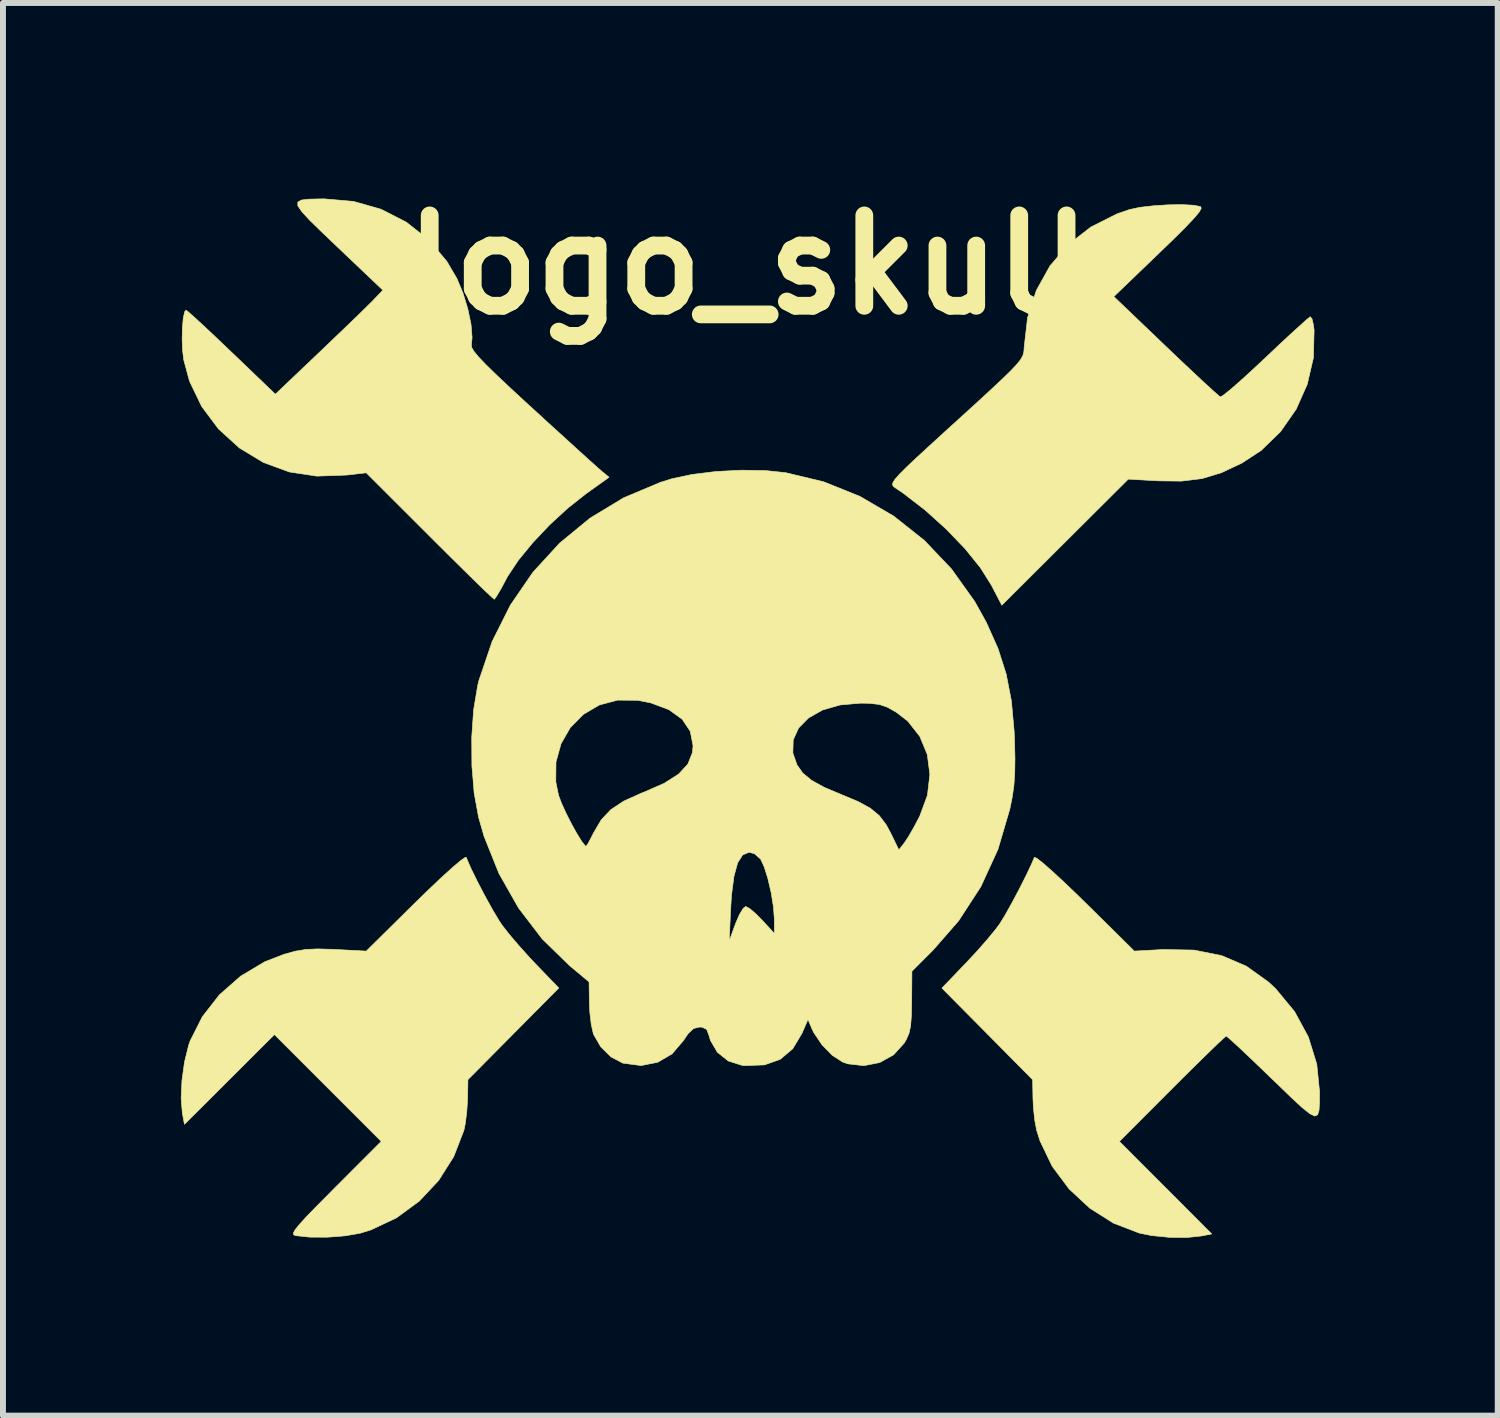
<source format=kicad_pcb>
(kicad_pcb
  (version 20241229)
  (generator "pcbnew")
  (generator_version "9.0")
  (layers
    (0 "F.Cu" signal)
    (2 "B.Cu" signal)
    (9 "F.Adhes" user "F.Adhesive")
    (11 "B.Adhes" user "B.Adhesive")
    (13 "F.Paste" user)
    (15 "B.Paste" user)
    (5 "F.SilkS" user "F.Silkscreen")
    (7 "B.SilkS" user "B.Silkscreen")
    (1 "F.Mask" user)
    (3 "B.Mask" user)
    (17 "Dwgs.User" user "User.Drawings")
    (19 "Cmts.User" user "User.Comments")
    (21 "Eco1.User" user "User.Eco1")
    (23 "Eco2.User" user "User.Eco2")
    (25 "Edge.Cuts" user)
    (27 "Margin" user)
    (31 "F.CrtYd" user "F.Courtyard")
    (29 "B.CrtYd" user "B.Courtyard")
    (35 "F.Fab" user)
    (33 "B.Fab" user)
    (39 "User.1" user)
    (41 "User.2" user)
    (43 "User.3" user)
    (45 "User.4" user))
  (footprint "logo_skull"
    (layer "F.Cu")
    (at 9.604 9.038)
    (property "Reference" "logo_skull" (at 0 -7.62 0) (layer "F.SilkS") (effects (font (size 1.524 1.524) (thickness 0.3))))
    (attr through_hole)
    (fp_poly (pts (xy -4.715 2.55) (xy -4.603 2.779) (xy -4.473 3.027) (xy -4.343 3.262) (xy -4.228 3.454) (xy -4.177 3.528) (xy -4.06 3.677) (xy -3.897 3.868) (xy -3.714 4.071) (xy -3.611 4.18) (xy -3.23 4.575) (xy -3.996 5.348) (xy -4.762 6.121) (xy -4.768 6.444) (xy -4.781 6.657) (xy -4.807 6.864) (xy -4.83 6.976) (xy -5.001 7.418) (xy -5.255 7.82) (xy -5.582 8.169) (xy -5.966 8.451) (xy -6.396 8.654) (xy -6.58 8.711) (xy -6.833 8.755) (xy -7.133 8.778) (xy -7.43 8.777) (xy -7.666 8.752) (xy -7.7 8.738) (xy -7.706 8.708) (xy -7.677 8.653) (xy -7.606 8.565) (xy -7.486 8.433) (xy -7.309 8.251) (xy -7.068 8.008) (xy -7.006 7.945) (xy -6.224 7.162) (xy -7.125 6.261) (xy -8.026 5.36) (xy -9.543 6.874) (xy -9.579 6.682) (xy -9.599 6.435) (xy -9.585 6.135) (xy -9.542 5.824) (xy -9.473 5.543) (xy -9.448 5.47) (xy -9.241 5.059) (xy -8.952 4.689) (xy -8.596 4.376) (xy -8.189 4.133) (xy -7.864 4.007) (xy -7.671 3.954) (xy -7.495 3.925) (xy -7.299 3.916) (xy -7.046 3.923) (xy -6.992 3.926) (xy -6.477 3.953) (xy -5.646 3.132) (xy -5.409 2.902) (xy -5.197 2.701) (xy -5.019 2.54) (xy -4.886 2.428) (xy -4.808 2.373) (xy -4.792 2.371) (xy -4.715 2.55)) (stroke (width 0.01) (type solid)) (fill yes) (layer "F.SilkS"))
    (fp_poly (pts (xy 4.833 2.388) (xy 4.935 2.468) (xy 5.088 2.602) (xy 5.281 2.78) (xy 5.505 2.994) (xy 5.646 3.132) (xy 6.477 3.953) (xy 6.966 3.926) (xy 7.485 3.936) (xy 7.95 4.029) (xy 8.366 4.207) (xy 8.739 4.474) (xy 8.863 4.59) (xy 9.18 4.973) (xy 9.412 5.401) (xy 9.554 5.86) (xy 9.601 6.324) (xy 9.6 6.507) (xy 9.592 6.638) (xy 9.568 6.715) (xy 9.52 6.735) (xy 9.437 6.695) (xy 9.31 6.594) (xy 9.131 6.429) (xy 8.891 6.196) (xy 8.8 6.109) (xy 8.574 5.891) (xy 8.373 5.699) (xy 8.208 5.544) (xy 8.09 5.437) (xy 8.031 5.387) (xy 8.027 5.385) (xy 7.985 5.419) (xy 7.882 5.516) (xy 7.727 5.666) (xy 7.53 5.858) (xy 7.302 6.084) (xy 7.112 6.274) (xy 6.224 7.163) (xy 7.003 7.943) (xy 7.782 8.723) (xy 7.618 8.756) (xy 7.366 8.783) (xy 7.066 8.78) (xy 6.765 8.75) (xy 6.559 8.708) (xy 6.123 8.54) (xy 5.724 8.287) (xy 5.376 7.963) (xy 5.092 7.582) (xy 4.888 7.158) (xy 4.83 6.976) (xy 4.798 6.807) (xy 4.775 6.593) (xy 4.768 6.444) (xy 4.762 6.121) (xy 3.997 5.349) (xy 3.232 4.577) (xy 3.637 4.155) (xy 3.82 3.959) (xy 3.994 3.761) (xy 4.136 3.589) (xy 4.206 3.495) (xy 4.295 3.351) (xy 4.41 3.145) (xy 4.535 2.91) (xy 4.653 2.676) (xy 4.748 2.475) (xy 4.792 2.371) (xy 4.833 2.388)) (stroke (width 0.01) (type solid)) (fill yes) (layer "F.SilkS"))
    (fp_poly (pts (xy 7.472 -8.627) (xy 7.594 -8.604) (xy 7.606 -8.576) (xy 7.572 -8.513) (xy 7.485 -8.409) (xy 7.34 -8.256) (xy 7.131 -8.048) (xy 6.904 -7.829) (xy 6.131 -7.086) (xy 7.007 -6.248) (xy 7.254 -6.012) (xy 7.479 -5.801) (xy 7.669 -5.623) (xy 7.815 -5.49) (xy 7.905 -5.411) (xy 7.929 -5.393) (xy 7.978 -5.422) (xy 8.089 -5.51) (xy 8.248 -5.648) (xy 8.444 -5.826) (xy 8.665 -6.032) (xy 8.688 -6.054) (xy 8.911 -6.265) (xy 9.11 -6.45) (xy 9.274 -6.599) (xy 9.389 -6.702) (xy 9.443 -6.745) (xy 9.445 -6.746) (xy 9.474 -6.71) (xy 9.499 -6.601) (xy 9.509 -6.518) (xy 9.498 -6.057) (xy 9.394 -5.608) (xy 9.207 -5.187) (xy 8.944 -4.809) (xy 8.615 -4.49) (xy 8.289 -4.277) (xy 7.942 -4.114) (xy 7.616 -4.016) (xy 7.274 -3.974) (xy 6.885 -3.978) (xy 6.375 -4.007) (xy 4.242 -1.881) (xy 4.069 -2.214) (xy 3.882 -2.512) (xy 3.622 -2.834) (xy 3.306 -3.163) (xy 2.955 -3.48) (xy 2.585 -3.766) (xy 2.445 -3.861) (xy 2.414 -3.885) (xy 2.398 -3.912) (xy 2.406 -3.95) (xy 2.443 -4.007) (xy 2.517 -4.091) (xy 2.635 -4.209) (xy 2.804 -4.368) (xy 3.032 -4.578) (xy 3.324 -4.845) (xy 3.472 -4.979) (xy 3.795 -5.273) (xy 4.05 -5.508) (xy 4.246 -5.691) (xy 4.391 -5.832) (xy 4.492 -5.939) (xy 4.558 -6.021) (xy 4.595 -6.087) (xy 4.613 -6.144) (xy 4.618 -6.201) (xy 4.619 -6.229) (xy 4.676 -6.728) (xy 4.824 -7.189) (xy 5.055 -7.604) (xy 5.364 -7.964) (xy 5.744 -8.259) (xy 6.187 -8.482) (xy 6.397 -8.554) (xy 6.571 -8.591) (xy 6.796 -8.617) (xy 7.041 -8.633) (xy 7.277 -8.637) (xy 7.472 -8.627)) (stroke (width 0.01) (type solid)) (fill yes) (layer "F.SilkS"))
    (fp_poly (pts (xy -6.691 -8.691) (xy -6.225 -8.558) (xy -5.801 -8.341) (xy -5.428 -8.047) (xy -5.119 -7.682) (xy -4.948 -7.39) (xy -4.845 -7.144) (xy -4.764 -6.877) (xy -4.71 -6.618) (xy -4.692 -6.396) (xy -4.704 -6.272) (xy -4.699 -6.228) (xy -4.661 -6.163) (xy -4.584 -6.069) (xy -4.46 -5.939) (xy -4.282 -5.765) (xy -4.044 -5.541) (xy -3.737 -5.257) (xy -3.679 -5.205) (xy -3.4 -4.949) (xy -3.139 -4.712) (xy -2.909 -4.502) (xy -2.72 -4.331) (xy -2.582 -4.208) (xy -2.508 -4.143) (xy -2.505 -4.14) (xy -2.382 -4.039) (xy -2.771 -3.761) (xy -3.078 -3.518) (xy -3.385 -3.236) (xy -3.669 -2.935) (xy -3.912 -2.639) (xy -4.092 -2.368) (xy -4.119 -2.317) (xy -4.206 -2.156) (xy -4.276 -2.037) (xy -4.315 -1.983) (xy -4.318 -1.981) (xy -4.359 -2.016) (xy -4.463 -2.114) (xy -4.62 -2.266) (xy -4.821 -2.463) (xy -5.058 -2.697) (xy -5.321 -2.959) (xy -5.41 -3.048) (xy -6.477 -4.114) (xy -6.807 -4.076) (xy -7.31 -4.058) (xy -7.774 -4.128) (xy -8.211 -4.288) (xy -8.618 -4.534) (xy -8.97 -4.855) (xy -9.253 -5.234) (xy -9.457 -5.657) (xy -9.555 -6.018) (xy -9.575 -6.183) (xy -9.582 -6.373) (xy -9.577 -6.561) (xy -9.563 -6.723) (xy -9.54 -6.829) (xy -9.517 -6.858) (xy -9.474 -6.824) (xy -9.369 -6.731) (xy -9.214 -6.588) (xy -9.02 -6.406) (xy -8.799 -6.195) (xy -8.75 -6.149) (xy -8.01 -5.439) (xy -7.269 -6.144) (xy -7.031 -6.372) (xy -6.806 -6.587) (xy -6.611 -6.775) (xy -6.46 -6.924) (xy -6.366 -7.017) (xy -6.362 -7.022) (xy -6.196 -7.194) (xy -6.965 -7.925) (xy -7.235 -8.183) (xy -7.435 -8.378) (xy -7.566 -8.521) (xy -7.631 -8.618) (xy -7.631 -8.68) (xy -7.571 -8.714) (xy -7.451 -8.729) (xy -7.275 -8.733) (xy -7.186 -8.734) (xy -6.691 -8.691)) (stroke (width 0.01) (type solid)) (fill yes) (layer "F.SilkS"))
    (fp_poly (pts (xy 0.263 -4.151) (xy 0.596 -4.116) (xy 1.239 -3.962) (xy 1.849 -3.716) (xy 2.418 -3.384) (xy 2.936 -2.973) (xy 3.395 -2.49) (xy 3.786 -1.942) (xy 3.982 -1.589) (xy 4.178 -1.15) (xy 4.316 -0.719) (xy 4.404 -0.265) (xy 4.45 0.245) (xy 4.456 0.381) (xy 4.464 0.704) (xy 4.46 0.957) (xy 4.445 1.171) (xy 4.414 1.377) (xy 4.377 1.558) (xy 4.177 2.237) (xy 3.889 2.865) (xy 3.514 3.442) (xy 3.087 3.931) (xy 2.726 4.293) (xy 2.722 4.801) (xy 2.717 5.045) (xy 2.704 5.215) (xy 2.677 5.339) (xy 2.632 5.443) (xy 2.596 5.505) (xy 2.416 5.703) (xy 2.181 5.833) (xy 1.915 5.885) (xy 1.645 5.854) (xy 1.558 5.824) (xy 1.382 5.71) (xy 1.209 5.533) (xy 1.07 5.326) (xy 1.038 5.258) (xy 0.973 5.105) (xy 0.873 5.337) (xy 0.716 5.6) (xy 0.505 5.778) (xy 0.239 5.872) (xy -0.087 5.884) (xy -0.141 5.879) (xy -0.371 5.806) (xy -0.556 5.658) (xy -0.674 5.455) (xy -0.694 5.382) (xy -0.735 5.273) (xy -0.816 5.235) (xy -0.857 5.234) (xy -0.956 5.258) (xy -1.047 5.343) (xy -1.13 5.465) (xy -1.32 5.687) (xy -1.562 5.828) (xy -1.84 5.883) (xy -2.14 5.844) (xy -2.154 5.84) (xy -2.349 5.737) (xy -2.523 5.566) (xy -2.641 5.361) (xy -2.649 5.338) (xy -2.682 5.189) (xy -2.706 4.988) (xy -2.714 4.814) (xy -2.719 4.472) (xy -3.049 4.197) (xy -3.471 3.785) (xy -0.356 3.785) (xy -0.25 3.493) (xy -0.184 3.339) (xy -0.12 3.233) (xy -0.078 3.2) (xy -0.011 3.235) (xy 0.096 3.326) (xy 0.197 3.428) (xy 0.406 3.655) (xy 0.406 3.415) (xy 0.391 3.208) (xy 0.352 2.968) (xy 0.297 2.73) (xy 0.233 2.527) (xy 0.174 2.401) (xy 0.07 2.31) (xy -0.021 2.286) (xy -0.128 2.33) (xy -0.213 2.463) (xy -0.275 2.689) (xy -0.317 3.011) (xy -0.331 3.241) (xy -0.356 3.785) (xy -3.471 3.785) (xy -3.51 3.747) (xy -3.909 3.225) (xy -4.239 2.643) (xy -4.49 2.017) (xy -4.582 1.696) (xy -4.657 1.288) (xy -4.672 1.1) (xy -3.28 1.1) (xy -3.234 1.325) (xy -3.184 1.458) (xy -3.107 1.627) (xy -3.016 1.807) (xy -2.923 1.974) (xy -2.841 2.106) (xy -2.783 2.178) (xy -2.769 2.184) (xy -2.739 2.143) (xy -2.682 2.037) (xy -2.643 1.959) (xy -2.514 1.74) (xy -2.352 1.567) (xy -2.134 1.423) (xy -1.841 1.291) (xy -1.79 1.271) (xy -1.452 1.123) (xy -1.209 0.968) (xy -1.053 0.799) (xy -0.978 0.612) (xy 0.718 0.612) (xy 0.787 0.811) (xy 0.884 0.949) (xy 1.032 1.072) (xy 1.247 1.191) (xy 1.54 1.314) (xy 1.821 1.432) (xy 2.026 1.544) (xy 2.175 1.668) (xy 2.291 1.82) (xy 2.368 1.962) (xy 2.506 2.246) (xy 2.6 2.126) (xy 2.67 2.02) (xy 2.763 1.858) (xy 2.858 1.677) (xy 2.988 1.324) (xy 3.029 0.972) (xy 2.985 0.636) (xy 2.859 0.332) (xy 2.655 0.073) (xy 2.462 -0.076) (xy 2.312 -0.161) (xy 2.176 -0.207) (xy 2.012 -0.226) (xy 1.858 -0.229) (xy 1.513 -0.198) (xy 1.218 -0.113) (xy 0.983 0.02) (xy 0.815 0.19) (xy 0.724 0.391) (xy 0.718 0.612) (xy -0.978 0.612) (xy -0.976 0.609) (xy -0.965 0.49) (xy -1.012 0.246) (xy -1.149 0.042) (xy -1.372 -0.119) (xy -1.676 -0.233) (xy -1.897 -0.277) (xy -2.238 -0.28) (xy -2.548 -0.197) (xy -2.817 -0.038) (xy -3.035 0.183) (xy -3.192 0.455) (xy -3.277 0.765) (xy -3.28 1.1) (xy -4.672 1.1) (xy -4.695 0.827) (xy -4.698 0.347) (xy -4.666 -0.116) (xy -4.597 -0.528) (xy -4.577 -0.61) (xy -4.353 -1.27) (xy -4.046 -1.882) (xy -3.665 -2.437) (xy -3.215 -2.928) (xy -2.703 -3.349) (xy -2.136 -3.692) (xy -1.521 -3.951) (xy -1.321 -4.014) (xy -0.978 -4.087) (xy -0.574 -4.136) (xy -0.148 -4.158) (xy 0.263 -4.151)) (stroke (width 0.01) (type solid)) (fill yes) (layer "F.SilkS")))
  (gr_rect
    (start -3 -3)
    (end 22.21 20.826)
    (stroke (width 0.1) (type default))
    (fill no)
    (layer "Edge.Cuts")))
</source>
